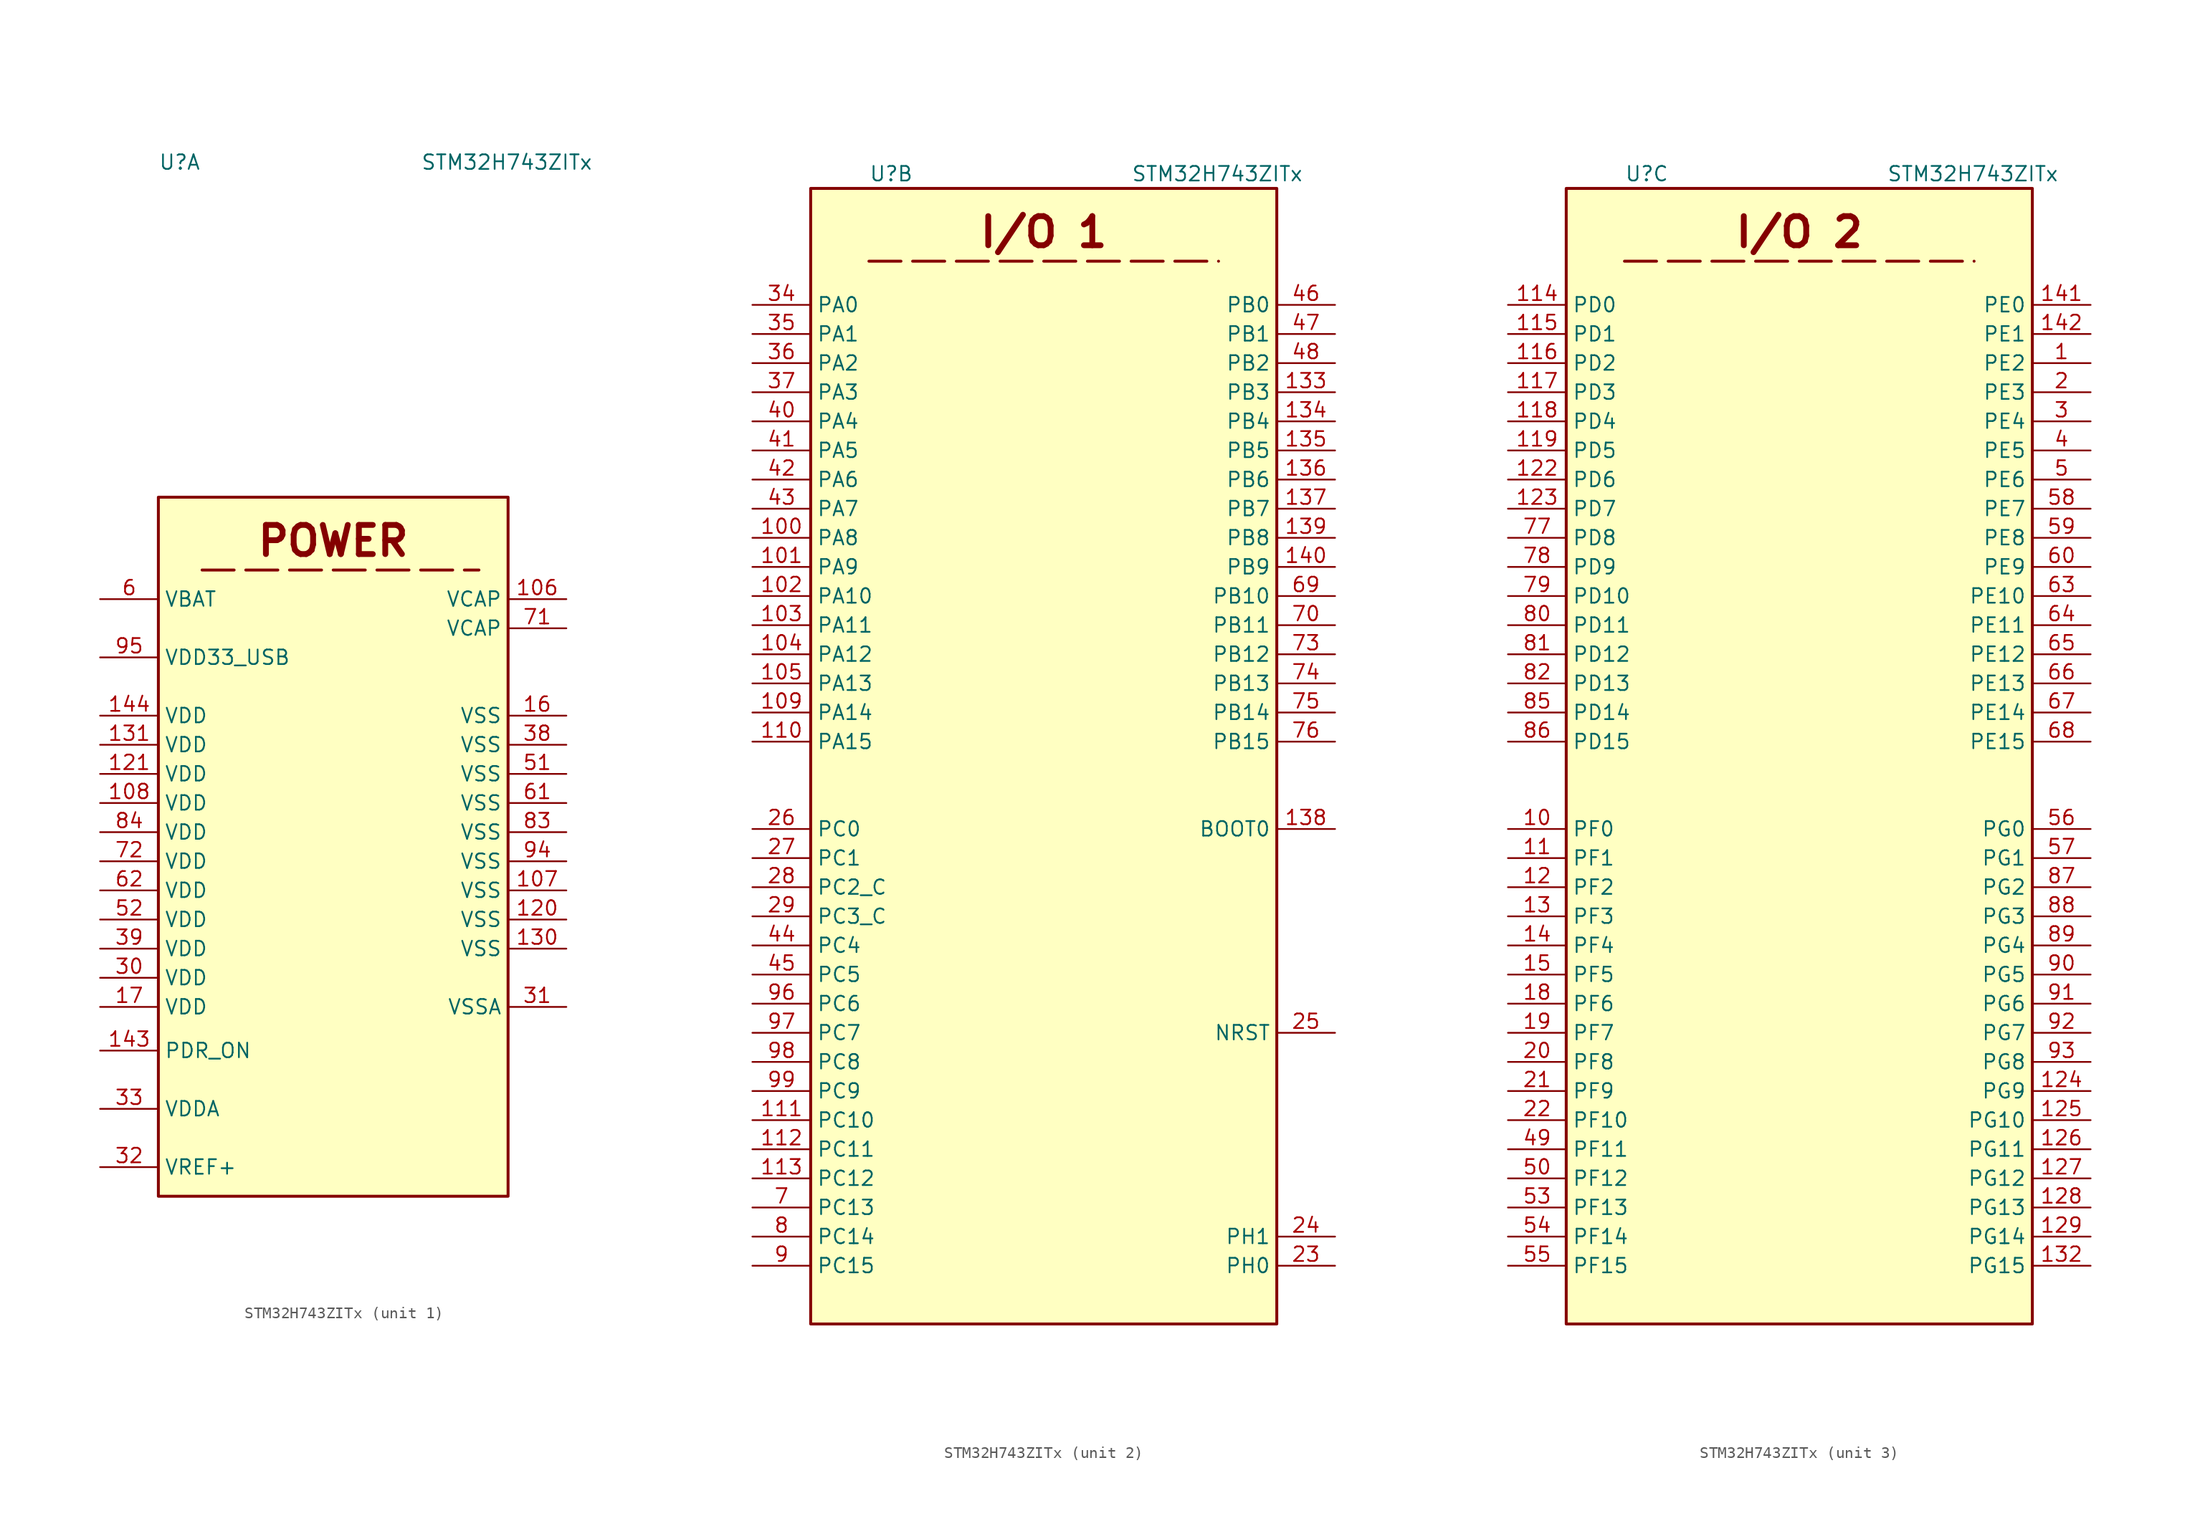
<source format=kicad_sym>
(kicad_symbol_lib
  (version 20241209)
  (generator "kicad_symbol_editor")
  (generator_version "9.0")
  (symbol "STM32H743ZITx"
    (property "Reference" "U"
      (at -15.24 90.17 0)
      (effects (font (size 1.27 1.27)) (justify left)))
    (property "Value" "STM32H743ZITx"
      (at 7.62 90.17 0)
      (effects (font (size 1.27 1.27)) (justify left)))
    (symbol "STM32H743ZITx_1_1"
      (rectangle (start -15.24 60.96) (end 15.24 0) (stroke (width 0.254) (type solid)) (fill (type background)))
      (polyline (pts (xy -11.43 54.61) (xy 12.7 54.61)) (stroke (width 0.254) (type dash)) (fill (type none)))
      (text "POWER" (at 0 57.15 0) (effects (font (size 2.54 2.54) (thickness 0.508) (bold yes))))
      (pin power_in line (at -20.32 52.07 0) (length 5.08) (name "VBAT" (effects (font (size 1.27 1.27)))) (number "6" (effects (font (size 1.27 1.27)))))
      (pin power_in line (at -20.32 46.99 0) (length 5.08) (name "VDD33_USB" (effects (font (size 1.27 1.27)))) (number "95" (effects (font (size 1.27 1.27)))))
      (pin power_in line (at -20.32 41.91 0) (length 5.08) (name "VDD" (effects (font (size 1.27 1.27)))) (number "144" (effects (font (size 1.27 1.27)))))
      (pin power_in line (at -20.32 39.37 0) (length 5.08) (name "VDD" (effects (font (size 1.27 1.27)))) (number "131" (effects (font (size 1.27 1.27)))))
      (pin power_in line (at -20.32 36.83 0) (length 5.08) (name "VDD" (effects (font (size 1.27 1.27)))) (number "121" (effects (font (size 1.27 1.27)))))
      (pin power_in line (at -20.32 34.29 0) (length 5.08) (name "VDD" (effects (font (size 1.27 1.27)))) (number "108" (effects (font (size 1.27 1.27)))))
      (pin power_in line (at -20.32 31.75 0) (length 5.08) (name "VDD" (effects (font (size 1.27 1.27)))) (number "84" (effects (font (size 1.27 1.27)))))
      (pin power_in line (at -20.32 29.21 0) (length 5.08) (name "VDD" (effects (font (size 1.27 1.27)))) (number "72" (effects (font (size 1.27 1.27)))))
      (pin power_in line (at -20.32 26.67 0) (length 5.08) (name "VDD" (effects (font (size 1.27 1.27)))) (number "62" (effects (font (size 1.27 1.27)))))
      (pin power_in line (at -20.32 24.13 0) (length 5.08) (name "VDD" (effects (font (size 1.27 1.27)))) (number "52" (effects (font (size 1.27 1.27)))))
      (pin power_in line (at -20.32 21.59 0) (length 5.08) (name "VDD" (effects (font (size 1.27 1.27)))) (number "39" (effects (font (size 1.27 1.27)))))
      (pin power_in line (at -20.32 19.05 0) (length 5.08) (name "VDD" (effects (font (size 1.27 1.27)))) (number "30" (effects (font (size 1.27 1.27)))))
      (pin power_in line (at -20.32 16.51 0) (length 5.08) (name "VDD" (effects (font (size 1.27 1.27)))) (number "17" (effects (font (size 1.27 1.27)))))
      (pin input line (at -20.32 12.7 0) (length 5.08) (name "PDR_ON" (effects (font (size 1.27 1.27)))) (number "143" (effects (font (size 1.27 1.27)))))
      (pin power_in line (at -20.32 7.62 0) (length 5.08) (name "VDDA" (effects (font (size 1.27 1.27)))) (number "33" (effects (font (size 1.27 1.27)))))
      (pin input line (at -20.32 2.54 0) (length 5.08) (name "VREF+" (effects (font (size 1.27 1.27)))) (number "32" (effects (font (size 1.27 1.27)))) (alternate "VREFBUF_OUT" bidirectional line))
      (pin power_out line (at 20.32 52.07 180) (length 5.08) (name "VCAP" (effects (font (size 1.27 1.27)))) (number "106" (effects (font (size 1.27 1.27)))))
      (pin power_out line (at 20.32 49.53 180) (length 5.08) (name "VCAP" (effects (font (size 1.27 1.27)))) (number "71" (effects (font (size 1.27 1.27)))))
      (pin power_in line (at 20.32 41.91 180) (length 5.08) (name "VSS" (effects (font (size 1.27 1.27)))) (number "16" (effects (font (size 1.27 1.27)))))
      (pin power_in line (at 20.32 39.37 180) (length 5.08) (name "VSS" (effects (font (size 1.27 1.27)))) (number "38" (effects (font (size 1.27 1.27)))))
      (pin power_in line (at 20.32 36.83 180) (length 5.08) (name "VSS" (effects (font (size 1.27 1.27)))) (number "51" (effects (font (size 1.27 1.27)))))
      (pin power_in line (at 20.32 34.29 180) (length 5.08) (name "VSS" (effects (font (size 1.27 1.27)))) (number "61" (effects (font (size 1.27 1.27)))))
      (pin power_in line (at 20.32 31.75 180) (length 5.08) (name "VSS" (effects (font (size 1.27 1.27)))) (number "83" (effects (font (size 1.27 1.27)))))
      (pin power_in line (at 20.32 29.21 180) (length 5.08) (name "VSS" (effects (font (size 1.27 1.27)))) (number "94" (effects (font (size 1.27 1.27)))))
      (pin power_in line (at 20.32 26.67 180) (length 5.08) (name "VSS" (effects (font (size 1.27 1.27)))) (number "107" (effects (font (size 1.27 1.27)))))
      (pin power_in line (at 20.32 24.13 180) (length 5.08) (name "VSS" (effects (font (size 1.27 1.27)))) (number "120" (effects (font (size 1.27 1.27)))))
      (pin power_in line (at 20.32 21.59 180) (length 5.08) (name "VSS" (effects (font (size 1.27 1.27)))) (number "130" (effects (font (size 1.27 1.27)))))
      (pin power_in line (at 20.32 16.51 180) (length 5.08) (name "VSSA" (effects (font (size 1.27 1.27)))) (number "31" (effects (font (size 1.27 1.27))))))
    (symbol "STM32H743ZITx_2_1"
      (rectangle (start -20.32 88.9) (end 20.32 -10.16) (stroke (width 0.254) (type solid)) (fill (type background)))
      (polyline (pts (xy -15.24 82.55) (xy 15.24 82.55)) (stroke (width 0.254) (type dash)) (fill (type none)))
      (text "I/O 1\n" (at 0 85.09 0) (effects (font (size 2.54 2.54) (thickness 0.508) (bold yes))))
      (pin bidirectional line (at -25.4 78.74 0) (length 5.08) (name "PA0" (effects (font (size 1.27 1.27)))) (number "34" (effects (font (size 1.27 1.27)))) (alternate "ADC1_INP16" bidirectional line) (alternate "ETH_CRS" bidirectional line) (alternate "PWR_WKUP1" bidirectional line) (alternate "SAI2_SD_B" bidirectional line) (alternate "SDMMC2_CMD" bidirectional line) (alternate "TIM15_BKIN" bidirectional line) (alternate "TIM2_CH1" bidirectional line) (alternate "TIM2_ETR" bidirectional line) (alternate "TIM5_CH1" bidirectional line) (alternate "TIM8_ETR" bidirectional line) (alternate "UART4_TX" bidirectional line) (alternate "USART2_CTS" bidirectional line) (alternate "USART2_NSS" bidirectional line))
      (pin bidirectional line (at -25.4 76.2 0) (length 5.08) (name "PA1" (effects (font (size 1.27 1.27)))) (number "35" (effects (font (size 1.27 1.27)))) (alternate "ADC1_INN16" bidirectional line) (alternate "ADC1_INP17" bidirectional line) (alternate "ETH_REF_CLK" bidirectional line) (alternate "ETH_RX_CLK" bidirectional line) (alternate "LPTIM3_OUT" bidirectional line) (alternate "LTDC_R2" bidirectional line) (alternate "QUADSPI_BK1_IO3" bidirectional line) (alternate "SAI2_MCLK_B" bidirectional line) (alternate "TIM15_CH1N" bidirectional line) (alternate "TIM2_CH2" bidirectional line) (alternate "TIM5_CH2" bidirectional line) (alternate "UART4_RX" bidirectional line) (alternate "USART2_DE" bidirectional line) (alternate "USART2_RTS" bidirectional line))
      (pin bidirectional line (at -25.4 73.66 0) (length 5.08) (name "PA2" (effects (font (size 1.27 1.27)))) (number "36" (effects (font (size 1.27 1.27)))) (alternate "ADC1_INP14" bidirectional line) (alternate "ADC2_INP14" bidirectional line) (alternate "ETH_MDIO" bidirectional line) (alternate "LPTIM4_OUT" bidirectional line) (alternate "LTDC_R1" bidirectional line) (alternate "MDIOS_MDIO" bidirectional line) (alternate "PWR_WKUP2" bidirectional line) (alternate "SAI2_SCK_B" bidirectional line) (alternate "TIM15_CH1" bidirectional line) (alternate "TIM2_CH3" bidirectional line) (alternate "TIM5_CH3" bidirectional line) (alternate "USART2_TX" bidirectional line))
      (pin bidirectional line (at -25.4 71.12 0) (length 5.08) (name "PA3" (effects (font (size 1.27 1.27)))) (number "37" (effects (font (size 1.27 1.27)))) (alternate "ADC1_INP15" bidirectional line) (alternate "ADC2_INP15" bidirectional line) (alternate "ETH_COL" bidirectional line) (alternate "LPTIM5_OUT" bidirectional line) (alternate "LTDC_B2" bidirectional line) (alternate "LTDC_B5" bidirectional line) (alternate "TIM15_CH2" bidirectional line) (alternate "TIM2_CH4" bidirectional line) (alternate "TIM5_CH4" bidirectional line) (alternate "USART2_RX" bidirectional line) (alternate "USB_OTG_HS_ULPI_D0" bidirectional line))
      (pin bidirectional line (at -25.4 68.58 0) (length 5.08) (name "PA4" (effects (font (size 1.27 1.27)))) (number "40" (effects (font (size 1.27 1.27)))) (alternate "ADC1_INP18" bidirectional line) (alternate "ADC2_INP18" bidirectional line) (alternate "DAC1_OUT1" bidirectional line) (alternate "DCMI_HSYNC" bidirectional line) (alternate "I2S1_WS" bidirectional line) (alternate "I2S3_WS" bidirectional line) (alternate "LTDC_VSYNC" bidirectional line) (alternate "SPI1_NSS" bidirectional line) (alternate "SPI3_NSS" bidirectional line) (alternate "SPI6_NSS" bidirectional line) (alternate "TIM5_ETR" bidirectional line) (alternate "USART2_CK" bidirectional line) (alternate "USB_OTG_HS_SOF" bidirectional line))
      (pin bidirectional line (at -25.4 66.04 0) (length 5.08) (name "PA5" (effects (font (size 1.27 1.27)))) (number "41" (effects (font (size 1.27 1.27)))) (alternate "ADC1_INN18" bidirectional line) (alternate "ADC1_INP19" bidirectional line) (alternate "ADC2_INN18" bidirectional line) (alternate "ADC2_INP19" bidirectional line) (alternate "DAC1_OUT2" bidirectional line) (alternate "I2S1_CK" bidirectional line) (alternate "LTDC_R4" bidirectional line) (alternate "PWR_NDSTOP2" bidirectional line) (alternate "SPI1_SCK" bidirectional line) (alternate "SPI6_SCK" bidirectional line) (alternate "TIM2_CH1" bidirectional line) (alternate "TIM2_ETR" bidirectional line) (alternate "TIM8_CH1N" bidirectional line) (alternate "USB_OTG_HS_ULPI_CK" bidirectional line))
      (pin bidirectional line (at -25.4 63.5 0) (length 5.08) (name "PA6" (effects (font (size 1.27 1.27)))) (number "42" (effects (font (size 1.27 1.27)))) (alternate "ADC1_INP3" bidirectional line) (alternate "ADC2_INP3" bidirectional line) (alternate "DCMI_PIXCLK" bidirectional line) (alternate "I2S1_SDI" bidirectional line) (alternate "LTDC_G2" bidirectional line) (alternate "MDIOS_MDC" bidirectional line) (alternate "SPI1_MISO" bidirectional line) (alternate "SPI6_MISO" bidirectional line) (alternate "TIM13_CH1" bidirectional line) (alternate "TIM1_BKIN" bidirectional line) (alternate "TIM1_BKIN_COMP1" bidirectional line) (alternate "TIM1_BKIN_COMP2" bidirectional line) (alternate "TIM3_CH1" bidirectional line) (alternate "TIM8_BKIN" bidirectional line) (alternate "TIM8_BKIN_COMP1" bidirectional line) (alternate "TIM8_BKIN_COMP2" bidirectional line))
      (pin bidirectional line (at -25.4 60.96 0) (length 5.08) (name "PA7" (effects (font (size 1.27 1.27)))) (number "43" (effects (font (size 1.27 1.27)))) (alternate "ADC1_INN3" bidirectional line) (alternate "ADC1_INP7" bidirectional line) (alternate "ADC2_INN3" bidirectional line) (alternate "ADC2_INP7" bidirectional line) (alternate "ETH_CRS_DV" bidirectional line) (alternate "ETH_RX_DV" bidirectional line) (alternate "FMC_SDNWE" bidirectional line) (alternate "I2S1_SDO" bidirectional line) (alternate "OPAMP1_VINM" bidirectional line) (alternate "OPAMP1_VINM1" bidirectional line) (alternate "SPI1_MOSI" bidirectional line) (alternate "SPI6_MOSI" bidirectional line) (alternate "TIM14_CH1" bidirectional line) (alternate "TIM1_CH1N" bidirectional line) (alternate "TIM3_CH2" bidirectional line) (alternate "TIM8_CH1N" bidirectional line))
      (pin bidirectional line (at -25.4 58.42 0) (length 5.08) (name "PA8" (effects (font (size 1.27 1.27)))) (number "100" (effects (font (size 1.27 1.27)))) (alternate "HRTIM_CHB2" bidirectional line) (alternate "I2C3_SCL" bidirectional line) (alternate "LTDC_B3" bidirectional line) (alternate "LTDC_R6" bidirectional line) (alternate "RCC_MCO_1" bidirectional line) (alternate "TIM1_CH1" bidirectional line) (alternate "TIM8_BKIN2" bidirectional line) (alternate "TIM8_BKIN2_COMP1" bidirectional line) (alternate "TIM8_BKIN2_COMP2" bidirectional line) (alternate "UART7_RX" bidirectional line) (alternate "USART1_CK" bidirectional line) (alternate "USB_OTG_FS_SOF" bidirectional line))
      (pin bidirectional line (at -25.4 55.88 0) (length 5.08) (name "PA9" (effects (font (size 1.27 1.27)))) (number "101" (effects (font (size 1.27 1.27)))) (alternate "DAC1_EXTI9" bidirectional line) (alternate "DCMI_D0" bidirectional line) (alternate "ETH_TX_ER" bidirectional line) (alternate "HRTIM_CHC1" bidirectional line) (alternate "I2C3_SMBA" bidirectional line) (alternate "I2S2_CK" bidirectional line) (alternate "LPUART1_TX" bidirectional line) (alternate "LTDC_R5" bidirectional line) (alternate "SPI2_SCK" bidirectional line) (alternate "TIM1_CH2" bidirectional line) (alternate "USART1_TX" bidirectional line) (alternate "USB_OTG_FS_VBUS" bidirectional line))
      (pin bidirectional line (at -25.4 53.34 0) (length 5.08) (name "PA10" (effects (font (size 1.27 1.27)))) (number "102" (effects (font (size 1.27 1.27)))) (alternate "DCMI_D1" bidirectional line) (alternate "HRTIM_CHC2" bidirectional line) (alternate "LPUART1_RX" bidirectional line) (alternate "LTDC_B1" bidirectional line) (alternate "LTDC_B4" bidirectional line) (alternate "MDIOS_MDIO" bidirectional line) (alternate "TIM1_CH3" bidirectional line) (alternate "USART1_RX" bidirectional line) (alternate "USB_OTG_FS_ID" bidirectional line))
      (pin bidirectional line (at -25.4 50.8 0) (length 5.08) (name "PA11" (effects (font (size 1.27 1.27)))) (number "103" (effects (font (size 1.27 1.27)))) (alternate "ADC1_EXTI11" bidirectional line) (alternate "ADC2_EXTI11" bidirectional line) (alternate "ADC3_EXTI11" bidirectional line) (alternate "FDCAN1_RX" bidirectional line) (alternate "HRTIM_CHD1" bidirectional line) (alternate "I2S2_WS" bidirectional line) (alternate "LPUART1_CTS" bidirectional line) (alternate "LTDC_R4" bidirectional line) (alternate "SPI2_NSS" bidirectional line) (alternate "TIM1_CH4" bidirectional line) (alternate "UART4_RX" bidirectional line) (alternate "USART1_CTS" bidirectional line) (alternate "USART1_NSS" bidirectional line) (alternate "USB_OTG_FS_DM" bidirectional line))
      (pin bidirectional line (at -25.4 48.26 0) (length 5.08) (name "PA12" (effects (font (size 1.27 1.27)))) (number "104" (effects (font (size 1.27 1.27)))) (alternate "FDCAN1_TX" bidirectional line) (alternate "HRTIM_CHD2" bidirectional line) (alternate "I2S2_CK" bidirectional line) (alternate "LPUART1_DE" bidirectional line) (alternate "LPUART1_RTS" bidirectional line) (alternate "LTDC_R5" bidirectional line) (alternate "SAI2_FS_B" bidirectional line) (alternate "SPI2_SCK" bidirectional line) (alternate "TIM1_ETR" bidirectional line) (alternate "UART4_TX" bidirectional line) (alternate "USART1_DE" bidirectional line) (alternate "USART1_RTS" bidirectional line) (alternate "USB_OTG_FS_DP" bidirectional line))
      (pin bidirectional line (at -25.4 45.72 0) (length 5.08) (name "PA13" (effects (font (size 1.27 1.27)))) (number "105" (effects (font (size 1.27 1.27)))) (alternate "DEBUG_JTMS-SWDIO" bidirectional line))
      (pin bidirectional line (at -25.4 43.18 0) (length 5.08) (name "PA14" (effects (font (size 1.27 1.27)))) (number "109" (effects (font (size 1.27 1.27)))) (alternate "DEBUG_JTCK-SWCLK" bidirectional line))
      (pin bidirectional line (at -25.4 40.64 0) (length 5.08) (name "PA15" (effects (font (size 1.27 1.27)))) (number "110" (effects (font (size 1.27 1.27)))) (alternate "ADC1_EXTI15" bidirectional line) (alternate "ADC2_EXTI15" bidirectional line) (alternate "ADC3_EXTI15" bidirectional line) (alternate "CEC" bidirectional line) (alternate "DEBUG_JTDI" bidirectional line) (alternate "HRTIM_FLT1" bidirectional line) (alternate "I2S1_WS" bidirectional line) (alternate "I2S3_WS" bidirectional line) (alternate "SPI1_NSS" bidirectional line) (alternate "SPI3_NSS" bidirectional line) (alternate "SPI6_NSS" bidirectional line) (alternate "TIM2_CH1" bidirectional line) (alternate "TIM2_ETR" bidirectional line) (alternate "UART4_DE" bidirectional line) (alternate "UART4_RTS" bidirectional line) (alternate "UART7_TX" bidirectional line))
      (pin bidirectional line (at -25.4 33.02 0) (length 5.08) (name "PC0" (effects (font (size 1.27 1.27)))) (number "26" (effects (font (size 1.27 1.27)))) (alternate "ADC1_INP10" bidirectional line) (alternate "ADC2_INP10" bidirectional line) (alternate "ADC3_INP10" bidirectional line) (alternate "DFSDM1_CKIN0" bidirectional line) (alternate "DFSDM1_DATIN4" bidirectional line) (alternate "FMC_SDNWE" bidirectional line) (alternate "LTDC_R5" bidirectional line) (alternate "SAI2_FS_B" bidirectional line) (alternate "USB_OTG_HS_ULPI_STP" bidirectional line))
      (pin bidirectional line (at -25.4 30.48 0) (length 5.08) (name "PC1" (effects (font (size 1.27 1.27)))) (number "27" (effects (font (size 1.27 1.27)))) (alternate "ADC1_INN10" bidirectional line) (alternate "ADC1_INP11" bidirectional line) (alternate "ADC2_INN10" bidirectional line) (alternate "ADC2_INP11" bidirectional line) (alternate "ADC3_INN10" bidirectional line) (alternate "ADC3_INP11" bidirectional line) (alternate "DEBUG_TRACED0" bidirectional line) (alternate "DFSDM1_CKIN4" bidirectional line) (alternate "DFSDM1_DATIN0" bidirectional line) (alternate "ETH_MDC" bidirectional line) (alternate "I2S2_SDO" bidirectional line) (alternate "MDIOS_MDC" bidirectional line) (alternate "PWR_WKUP6" bidirectional line) (alternate "RTC_TAMP3" bidirectional line) (alternate "SAI1_D1" bidirectional line) (alternate "SAI1_SD_A" bidirectional line) (alternate "SAI4_D1" bidirectional line) (alternate "SAI4_SD_A" bidirectional line) (alternate "SDMMC2_CK" bidirectional line) (alternate "SPI2_MOSI" bidirectional line))
      (pin bidirectional line (at -25.4 27.94 0) (length 5.08) (name "PC2_C" (effects (font (size 1.27 1.27)))) (number "28" (effects (font (size 1.27 1.27)))) (alternate "ADC3_INN1" bidirectional line) (alternate "ADC3_INP0" bidirectional line) (alternate "DFSDM1_CKIN1" bidirectional line) (alternate "DFSDM1_CKOUT" bidirectional line) (alternate "ETH_TXD2" bidirectional line) (alternate "FMC_SDNE0" bidirectional line) (alternate "I2S2_SDI" bidirectional line) (alternate "PWR_CSTOP" bidirectional line) (alternate "SPI2_MISO" bidirectional line) (alternate "USB_OTG_HS_ULPI_DIR" bidirectional line))
      (pin bidirectional line (at -25.4 25.4 0) (length 5.08) (name "PC3_C" (effects (font (size 1.27 1.27)))) (number "29" (effects (font (size 1.27 1.27)))) (alternate "ADC3_INP1" bidirectional line) (alternate "DFSDM1_DATIN1" bidirectional line) (alternate "ETH_TX_CLK" bidirectional line) (alternate "FMC_SDCKE0" bidirectional line) (alternate "I2S2_SDO" bidirectional line) (alternate "PWR_CSLEEP" bidirectional line) (alternate "SPI2_MOSI" bidirectional line) (alternate "USB_OTG_HS_ULPI_NXT" bidirectional line))
      (pin bidirectional line (at -25.4 22.86 0) (length 5.08) (name "PC4" (effects (font (size 1.27 1.27)))) (number "44" (effects (font (size 1.27 1.27)))) (alternate "ADC1_INP4" bidirectional line) (alternate "ADC2_INP4" bidirectional line) (alternate "COMP1_INM" bidirectional line) (alternate "DFSDM1_CKIN2" bidirectional line) (alternate "ETH_RXD0" bidirectional line) (alternate "FMC_SDNE0" bidirectional line) (alternate "I2S1_MCK" bidirectional line) (alternate "OPAMP1_VOUT" bidirectional line) (alternate "SPDIFRX1_IN2" bidirectional line))
      (pin bidirectional line (at -25.4 20.32 0) (length 5.08) (name "PC5" (effects (font (size 1.27 1.27)))) (number "45" (effects (font (size 1.27 1.27)))) (alternate "ADC1_INN4" bidirectional line) (alternate "ADC1_INP8" bidirectional line) (alternate "ADC2_INN4" bidirectional line) (alternate "ADC2_INP8" bidirectional line) (alternate "COMP1_OUT" bidirectional line) (alternate "DFSDM1_DATIN2" bidirectional line) (alternate "ETH_RXD1" bidirectional line) (alternate "FMC_SDCKE0" bidirectional line) (alternate "OPAMP1_VINM" bidirectional line) (alternate "OPAMP1_VINM0" bidirectional line) (alternate "SAI1_D3" bidirectional line) (alternate "SAI4_D3" bidirectional line) (alternate "SPDIFRX1_IN3" bidirectional line))
      (pin bidirectional line (at -25.4 17.78 0) (length 5.08) (name "PC6" (effects (font (size 1.27 1.27)))) (number "96" (effects (font (size 1.27 1.27)))) (alternate "DCMI_D0" bidirectional line) (alternate "DFSDM1_CKIN3" bidirectional line) (alternate "FMC_NWAIT" bidirectional line) (alternate "HRTIM_CHA1" bidirectional line) (alternate "I2S2_MCK" bidirectional line) (alternate "LTDC_HSYNC" bidirectional line) (alternate "SDMMC1_D0DIR" bidirectional line) (alternate "SDMMC1_D6" bidirectional line) (alternate "SDMMC2_D6" bidirectional line) (alternate "SWPMI1_IO" bidirectional line) (alternate "TIM3_CH1" bidirectional line) (alternate "TIM8_CH1" bidirectional line) (alternate "USART6_TX" bidirectional line))
      (pin bidirectional line (at -25.4 15.24 0) (length 5.08) (name "PC7" (effects (font (size 1.27 1.27)))) (number "97" (effects (font (size 1.27 1.27)))) (alternate "DCMI_D1" bidirectional line) (alternate "DEBUG_TRGIO" bidirectional line) (alternate "DFSDM1_DATIN3" bidirectional line) (alternate "FMC_NE1" bidirectional line) (alternate "HRTIM_CHA2" bidirectional line) (alternate "I2S3_MCK" bidirectional line) (alternate "LTDC_G6" bidirectional line) (alternate "SDMMC1_D123DIR" bidirectional line) (alternate "SDMMC1_D7" bidirectional line) (alternate "SDMMC2_D7" bidirectional line) (alternate "SWPMI1_TX" bidirectional line) (alternate "TIM3_CH2" bidirectional line) (alternate "TIM8_CH2" bidirectional line) (alternate "USART6_RX" bidirectional line))
      (pin bidirectional line (at -25.4 12.7 0) (length 5.08) (name "PC8" (effects (font (size 1.27 1.27)))) (number "98" (effects (font (size 1.27 1.27)))) (alternate "DCMI_D2" bidirectional line) (alternate "DEBUG_TRACED1" bidirectional line) (alternate "FMC_NCE" bidirectional line) (alternate "FMC_NE2" bidirectional line) (alternate "HRTIM_CHB1" bidirectional line) (alternate "SDMMC1_D0" bidirectional line) (alternate "SWPMI1_RX" bidirectional line) (alternate "TIM3_CH3" bidirectional line) (alternate "TIM8_CH3" bidirectional line) (alternate "UART5_DE" bidirectional line) (alternate "UART5_RTS" bidirectional line) (alternate "USART6_CK" bidirectional line))
      (pin bidirectional line (at -25.4 10.16 0) (length 5.08) (name "PC9" (effects (font (size 1.27 1.27)))) (number "99" (effects (font (size 1.27 1.27)))) (alternate "DAC1_EXTI9" bidirectional line) (alternate "DCMI_D3" bidirectional line) (alternate "I2C3_SDA" bidirectional line) (alternate "I2S_CKIN" bidirectional line) (alternate "LTDC_B2" bidirectional line) (alternate "LTDC_G3" bidirectional line) (alternate "QUADSPI_BK1_IO0" bidirectional line) (alternate "RCC_MCO_2" bidirectional line) (alternate "SDMMC1_D1" bidirectional line) (alternate "SWPMI1_SUSPEND" bidirectional line) (alternate "TIM3_CH4" bidirectional line) (alternate "TIM8_CH4" bidirectional line) (alternate "UART5_CTS" bidirectional line))
      (pin bidirectional line (at -25.4 7.62 0) (length 5.08) (name "PC10" (effects (font (size 1.27 1.27)))) (number "111" (effects (font (size 1.27 1.27)))) (alternate "DCMI_D8" bidirectional line) (alternate "DFSDM1_CKIN5" bidirectional line) (alternate "HRTIM_EEV1" bidirectional line) (alternate "I2S3_CK" bidirectional line) (alternate "LTDC_R2" bidirectional line) (alternate "QUADSPI_BK1_IO1" bidirectional line) (alternate "SDMMC1_D2" bidirectional line) (alternate "SPI3_SCK" bidirectional line) (alternate "UART4_TX" bidirectional line) (alternate "USART3_TX" bidirectional line))
      (pin bidirectional line (at -25.4 5.08 0) (length 5.08) (name "PC11" (effects (font (size 1.27 1.27)))) (number "112" (effects (font (size 1.27 1.27)))) (alternate "ADC1_EXTI11" bidirectional line) (alternate "ADC2_EXTI11" bidirectional line) (alternate "ADC3_EXTI11" bidirectional line) (alternate "DCMI_D4" bidirectional line) (alternate "DFSDM1_DATIN5" bidirectional line) (alternate "HRTIM_FLT2" bidirectional line) (alternate "I2S3_SDI" bidirectional line) (alternate "QUADSPI_BK2_NCS" bidirectional line) (alternate "SDMMC1_D3" bidirectional line) (alternate "SPI3_MISO" bidirectional line) (alternate "UART4_RX" bidirectional line) (alternate "USART3_RX" bidirectional line))
      (pin bidirectional line (at -25.4 2.54 0) (length 5.08) (name "PC12" (effects (font (size 1.27 1.27)))) (number "113" (effects (font (size 1.27 1.27)))) (alternate "DCMI_D9" bidirectional line) (alternate "DEBUG_TRACED3" bidirectional line) (alternate "HRTIM_EEV2" bidirectional line) (alternate "I2S3_SDO" bidirectional line) (alternate "SDMMC1_CK" bidirectional line) (alternate "SPI3_MOSI" bidirectional line) (alternate "UART5_TX" bidirectional line) (alternate "USART3_CK" bidirectional line))
      (pin bidirectional line (at -25.4 0 0) (length 5.08) (name "PC13" (effects (font (size 1.27 1.27)))) (number "7" (effects (font (size 1.27 1.27)))) (alternate "PWR_WKUP4" bidirectional line) (alternate "RTC_OUT_ALARM" bidirectional line) (alternate "RTC_OUT_CALIB" bidirectional line) (alternate "RTC_TAMP1" bidirectional line) (alternate "RTC_TS" bidirectional line))
      (pin bidirectional line (at -25.4 -2.54 0) (length 5.08) (name "PC14" (effects (font (size 1.27 1.27)))) (number "8" (effects (font (size 1.27 1.27)))) (alternate "RCC_OSC32_IN" bidirectional line))
      (pin bidirectional line (at -25.4 -5.08 0) (length 5.08) (name "PC15" (effects (font (size 1.27 1.27)))) (number "9" (effects (font (size 1.27 1.27)))) (alternate "ADC1_EXTI15" bidirectional line) (alternate "ADC2_EXTI15" bidirectional line) (alternate "ADC3_EXTI15" bidirectional line) (alternate "RCC_OSC32_OUT" bidirectional line))
      (pin bidirectional line (at 25.4 78.74 180) (length 5.08) (name "PB0" (effects (font (size 1.27 1.27)))) (number "46" (effects (font (size 1.27 1.27)))) (alternate "ADC1_INN5" bidirectional line) (alternate "ADC1_INP9" bidirectional line) (alternate "ADC2_INN5" bidirectional line) (alternate "ADC2_INP9" bidirectional line) (alternate "COMP1_INP" bidirectional line) (alternate "DFSDM1_CKOUT" bidirectional line) (alternate "ETH_RXD2" bidirectional line) (alternate "LTDC_G1" bidirectional line) (alternate "LTDC_R3" bidirectional line) (alternate "OPAMP1_VINP" bidirectional line) (alternate "TIM1_CH2N" bidirectional line) (alternate "TIM3_CH3" bidirectional line) (alternate "TIM8_CH2N" bidirectional line) (alternate "UART4_CTS" bidirectional line) (alternate "USB_OTG_HS_ULPI_D1" bidirectional line))
      (pin bidirectional line (at 25.4 76.2 180) (length 5.08) (name "PB1" (effects (font (size 1.27 1.27)))) (number "47" (effects (font (size 1.27 1.27)))) (alternate "ADC1_INP5" bidirectional line) (alternate "ADC2_INP5" bidirectional line) (alternate "COMP1_INM" bidirectional line) (alternate "DFSDM1_DATIN1" bidirectional line) (alternate "ETH_RXD3" bidirectional line) (alternate "LTDC_G0" bidirectional line) (alternate "LTDC_R6" bidirectional line) (alternate "TIM1_CH3N" bidirectional line) (alternate "TIM3_CH4" bidirectional line) (alternate "TIM8_CH3N" bidirectional line) (alternate "USB_OTG_HS_ULPI_D2" bidirectional line))
      (pin bidirectional line (at 25.4 73.66 180) (length 5.08) (name "PB2" (effects (font (size 1.27 1.27)))) (number "48" (effects (font (size 1.27 1.27)))) (alternate "COMP1_INP" bidirectional line) (alternate "DFSDM1_CKIN1" bidirectional line) (alternate "ETH_TX_ER" bidirectional line) (alternate "I2S3_SDO" bidirectional line) (alternate "QUADSPI_CLK" bidirectional line) (alternate "RTC_OUT_ALARM" bidirectional line) (alternate "RTC_OUT_CALIB" bidirectional line) (alternate "SAI1_D1" bidirectional line) (alternate "SAI1_SD_A" bidirectional line) (alternate "SAI4_D1" bidirectional line) (alternate "SAI4_SD_A" bidirectional line) (alternate "SPI3_MOSI" bidirectional line))
      (pin bidirectional line (at 25.4 71.12 180) (length 5.08) (name "PB3" (effects (font (size 1.27 1.27)))) (number "133" (effects (font (size 1.27 1.27)))) (alternate "CRS_SYNC" bidirectional line) (alternate "DEBUG_JTDO-SWO" bidirectional line) (alternate "HRTIM_FLT4" bidirectional line) (alternate "I2S1_CK" bidirectional line) (alternate "I2S3_CK" bidirectional line) (alternate "SDMMC2_D2" bidirectional line) (alternate "SPI1_SCK" bidirectional line) (alternate "SPI3_SCK" bidirectional line) (alternate "SPI6_SCK" bidirectional line) (alternate "TIM2_CH2" bidirectional line) (alternate "UART7_RX" bidirectional line))
      (pin bidirectional line (at 25.4 68.58 180) (length 5.08) (name "PB4" (effects (font (size 1.27 1.27)))) (number "134" (effects (font (size 1.27 1.27)))) (alternate "DEBUG_JTRST" bidirectional line) (alternate "HRTIM_EEV6" bidirectional line) (alternate "I2S1_SDI" bidirectional line) (alternate "I2S2_WS" bidirectional line) (alternate "I2S3_SDI" bidirectional line) (alternate "SDMMC2_D3" bidirectional line) (alternate "SPI1_MISO" bidirectional line) (alternate "SPI2_NSS" bidirectional line) (alternate "SPI3_MISO" bidirectional line) (alternate "SPI6_MISO" bidirectional line) (alternate "TIM16_BKIN" bidirectional line) (alternate "TIM3_CH1" bidirectional line) (alternate "UART7_TX" bidirectional line))
      (pin bidirectional line (at 25.4 66.04 180) (length 5.08) (name "PB5" (effects (font (size 1.27 1.27)))) (number "135" (effects (font (size 1.27 1.27)))) (alternate "DCMI_D10" bidirectional line) (alternate "ETH_PPS_OUT" bidirectional line) (alternate "FDCAN2_RX" bidirectional line) (alternate "FMC_SDCKE1" bidirectional line) (alternate "HRTIM_EEV7" bidirectional line) (alternate "I2C1_SMBA" bidirectional line) (alternate "I2C4_SMBA" bidirectional line) (alternate "I2S1_SDO" bidirectional line) (alternate "I2S3_SDO" bidirectional line) (alternate "SPI1_MOSI" bidirectional line) (alternate "SPI3_MOSI" bidirectional line) (alternate "SPI6_MOSI" bidirectional line) (alternate "TIM17_BKIN" bidirectional line) (alternate "TIM3_CH2" bidirectional line) (alternate "UART5_RX" bidirectional line) (alternate "USB_OTG_HS_ULPI_D7" bidirectional line))
      (pin bidirectional line (at 25.4 63.5 180) (length 5.08) (name "PB6" (effects (font (size 1.27 1.27)))) (number "136" (effects (font (size 1.27 1.27)))) (alternate "CEC" bidirectional line) (alternate "DCMI_D5" bidirectional line) (alternate "DFSDM1_DATIN5" bidirectional line) (alternate "FDCAN2_TX" bidirectional line) (alternate "FMC_SDNE1" bidirectional line) (alternate "HRTIM_EEV8" bidirectional line) (alternate "I2C1_SCL" bidirectional line) (alternate "I2C4_SCL" bidirectional line) (alternate "LPUART1_TX" bidirectional line) (alternate "QUADSPI_BK1_NCS" bidirectional line) (alternate "TIM16_CH1N" bidirectional line) (alternate "TIM4_CH1" bidirectional line) (alternate "UART5_TX" bidirectional line) (alternate "USART1_TX" bidirectional line))
      (pin bidirectional line (at 25.4 60.96 180) (length 5.08) (name "PB7" (effects (font (size 1.27 1.27)))) (number "137" (effects (font (size 1.27 1.27)))) (alternate "DCMI_VSYNC" bidirectional line) (alternate "DFSDM1_CKIN5" bidirectional line) (alternate "FMC_NL" bidirectional line) (alternate "HRTIM_EEV9" bidirectional line) (alternate "I2C1_SDA" bidirectional line) (alternate "I2C4_SDA" bidirectional line) (alternate "LPUART1_RX" bidirectional line) (alternate "PWR_PVD_IN" bidirectional line) (alternate "TIM17_CH1N" bidirectional line) (alternate "TIM4_CH2" bidirectional line) (alternate "USART1_RX" bidirectional line))
      (pin bidirectional line (at 25.4 58.42 180) (length 5.08) (name "PB8" (effects (font (size 1.27 1.27)))) (number "139" (effects (font (size 1.27 1.27)))) (alternate "DCMI_D6" bidirectional line) (alternate "DFSDM1_CKIN7" bidirectional line) (alternate "ETH_TXD3" bidirectional line) (alternate "FDCAN1_RX" bidirectional line) (alternate "I2C1_SCL" bidirectional line) (alternate "I2C4_SCL" bidirectional line) (alternate "LTDC_B6" bidirectional line) (alternate "SDMMC1_CKIN" bidirectional line) (alternate "SDMMC1_D4" bidirectional line) (alternate "SDMMC2_D4" bidirectional line) (alternate "TIM16_CH1" bidirectional line) (alternate "TIM4_CH3" bidirectional line) (alternate "UART4_RX" bidirectional line))
      (pin bidirectional line (at 25.4 55.88 180) (length 5.08) (name "PB9" (effects (font (size 1.27 1.27)))) (number "140" (effects (font (size 1.27 1.27)))) (alternate "DAC1_EXTI9" bidirectional line) (alternate "DCMI_D7" bidirectional line) (alternate "DFSDM1_DATIN7" bidirectional line) (alternate "FDCAN1_TX" bidirectional line) (alternate "I2C1_SDA" bidirectional line) (alternate "I2C4_SDA" bidirectional line) (alternate "I2C4_SMBA" bidirectional line) (alternate "I2S2_WS" bidirectional line) (alternate "LTDC_B7" bidirectional line) (alternate "SDMMC1_CDIR" bidirectional line) (alternate "SDMMC1_D5" bidirectional line) (alternate "SDMMC2_D5" bidirectional line) (alternate "SPI2_NSS" bidirectional line) (alternate "TIM17_CH1" bidirectional line) (alternate "TIM4_CH4" bidirectional line) (alternate "UART4_TX" bidirectional line))
      (pin bidirectional line (at 25.4 53.34 180) (length 5.08) (name "PB10" (effects (font (size 1.27 1.27)))) (number "69" (effects (font (size 1.27 1.27)))) (alternate "DFSDM1_DATIN7" bidirectional line) (alternate "ETH_RX_ER" bidirectional line) (alternate "HRTIM_SCOUT" bidirectional line) (alternate "I2C2_SCL" bidirectional line) (alternate "I2S2_CK" bidirectional line) (alternate "LPTIM2_IN1" bidirectional line) (alternate "LTDC_G4" bidirectional line) (alternate "QUADSPI_BK1_NCS" bidirectional line) (alternate "SPI2_SCK" bidirectional line) (alternate "TIM2_CH3" bidirectional line) (alternate "USART3_TX" bidirectional line) (alternate "USB_OTG_HS_ULPI_D3" bidirectional line))
      (pin bidirectional line (at 25.4 50.8 180) (length 5.08) (name "PB11" (effects (font (size 1.27 1.27)))) (number "70" (effects (font (size 1.27 1.27)))) (alternate "ADC1_EXTI11" bidirectional line) (alternate "ADC2_EXTI11" bidirectional line) (alternate "ADC3_EXTI11" bidirectional line) (alternate "DFSDM1_CKIN7" bidirectional line) (alternate "ETH_TX_EN" bidirectional line) (alternate "HRTIM_SCIN" bidirectional line) (alternate "I2C2_SDA" bidirectional line) (alternate "LPTIM2_ETR" bidirectional line) (alternate "LTDC_G5" bidirectional line) (alternate "TIM2_CH4" bidirectional line) (alternate "USART3_RX" bidirectional line) (alternate "USB_OTG_HS_ULPI_D4" bidirectional line))
      (pin bidirectional line (at 25.4 48.26 180) (length 5.08) (name "PB12" (effects (font (size 1.27 1.27)))) (number "73" (effects (font (size 1.27 1.27)))) (alternate "DFSDM1_DATIN1" bidirectional line) (alternate "ETH_TXD0" bidirectional line) (alternate "FDCAN2_RX" bidirectional line) (alternate "I2C2_SMBA" bidirectional line) (alternate "I2S2_WS" bidirectional line) (alternate "SPI2_NSS" bidirectional line) (alternate "TIM1_BKIN" bidirectional line) (alternate "TIM1_BKIN_COMP1" bidirectional line) (alternate "TIM1_BKIN_COMP2" bidirectional line) (alternate "UART5_RX" bidirectional line) (alternate "USART3_CK" bidirectional line) (alternate "USB_OTG_HS_ID" bidirectional line) (alternate "USB_OTG_HS_ULPI_D5" bidirectional line))
      (pin bidirectional line (at 25.4 45.72 180) (length 5.08) (name "PB13" (effects (font (size 1.27 1.27)))) (number "74" (effects (font (size 1.27 1.27)))) (alternate "DFSDM1_CKIN1" bidirectional line) (alternate "ETH_TXD1" bidirectional line) (alternate "FDCAN2_TX" bidirectional line) (alternate "I2S2_CK" bidirectional line) (alternate "LPTIM2_OUT" bidirectional line) (alternate "SPI2_SCK" bidirectional line) (alternate "TIM1_CH1N" bidirectional line) (alternate "UART5_TX" bidirectional line) (alternate "USART3_CTS" bidirectional line) (alternate "USART3_NSS" bidirectional line) (alternate "USB_OTG_HS_ULPI_D6" bidirectional line) (alternate "USB_OTG_HS_VBUS" bidirectional line))
      (pin bidirectional line (at 25.4 43.18 180) (length 5.08) (name "PB14" (effects (font (size 1.27 1.27)))) (number "75" (effects (font (size 1.27 1.27)))) (alternate "DFSDM1_DATIN2" bidirectional line) (alternate "I2S2_SDI" bidirectional line) (alternate "SDMMC2_D0" bidirectional line) (alternate "SPI2_MISO" bidirectional line) (alternate "TIM12_CH1" bidirectional line) (alternate "TIM1_CH2N" bidirectional line) (alternate "TIM8_CH2N" bidirectional line) (alternate "UART4_DE" bidirectional line) (alternate "UART4_RTS" bidirectional line) (alternate "USART1_TX" bidirectional line) (alternate "USART3_DE" bidirectional line) (alternate "USART3_RTS" bidirectional line) (alternate "USB_OTG_HS_DM" bidirectional line))
      (pin bidirectional line (at 25.4 40.64 180) (length 5.08) (name "PB15" (effects (font (size 1.27 1.27)))) (number "76" (effects (font (size 1.27 1.27)))) (alternate "ADC1_EXTI15" bidirectional line) (alternate "ADC2_EXTI15" bidirectional line) (alternate "ADC3_EXTI15" bidirectional line) (alternate "DFSDM1_CKIN2" bidirectional line) (alternate "I2S2_SDO" bidirectional line) (alternate "RTC_REFIN" bidirectional line) (alternate "SDMMC2_D1" bidirectional line) (alternate "SPI2_MOSI" bidirectional line) (alternate "TIM12_CH2" bidirectional line) (alternate "TIM1_CH3N" bidirectional line) (alternate "TIM8_CH3N" bidirectional line) (alternate "UART4_CTS" bidirectional line) (alternate "USART1_RX" bidirectional line) (alternate "USB_OTG_HS_DP" bidirectional line))
      (pin input line (at 25.4 33.02 180) (length 5.08) (name "BOOT0" (effects (font (size 1.27 1.27)))) (number "138" (effects (font (size 1.27 1.27)))))
      (pin input line (at 25.4 15.24 180) (length 5.08) (name "NRST" (effects (font (size 1.27 1.27)))) (number "25" (effects (font (size 1.27 1.27)))))
      (pin bidirectional line (at 25.4 -2.54 180) (length 5.08) (name "PH1" (effects (font (size 1.27 1.27)))) (number "24" (effects (font (size 1.27 1.27)))) (alternate "RCC_OSC_OUT" bidirectional line))
      (pin bidirectional line (at 25.4 -5.08 180) (length 5.08) (name "PH0" (effects (font (size 1.27 1.27)))) (number "23" (effects (font (size 1.27 1.27)))) (alternate "RCC_OSC_IN" bidirectional line)))
    (symbol "STM32H743ZITx_3_1"
      (rectangle (start -20.32 88.9) (end 20.32 -10.16) (stroke (width 0.254) (type solid)) (fill (type background)))
      (polyline (pts (xy -15.24 82.55) (xy 15.24 82.55)) (stroke (width 0.254) (type dash)) (fill (type none)))
      (text "I/O 2\n" (at 0 85.09 0) (effects (font (size 2.54 2.54) (thickness 0.508) (bold yes))))
      (pin bidirectional line (at -25.4 78.74 0) (length 5.08) (name "PD0" (effects (font (size 1.27 1.27)))) (number "114" (effects (font (size 1.27 1.27)))) (alternate "DFSDM1_CKIN6" bidirectional line) (alternate "FDCAN1_RX" bidirectional line) (alternate "FMC_D2" bidirectional line) (alternate "FMC_DA2" bidirectional line) (alternate "SAI3_SCK_A" bidirectional line) (alternate "UART4_RX" bidirectional line))
      (pin bidirectional line (at -25.4 76.2 0) (length 5.08) (name "PD1" (effects (font (size 1.27 1.27)))) (number "115" (effects (font (size 1.27 1.27)))) (alternate "DFSDM1_DATIN6" bidirectional line) (alternate "FDCAN1_TX" bidirectional line) (alternate "FMC_D3" bidirectional line) (alternate "FMC_DA3" bidirectional line) (alternate "SAI3_SD_A" bidirectional line) (alternate "UART4_TX" bidirectional line))
      (pin bidirectional line (at -25.4 73.66 0) (length 5.08) (name "PD2" (effects (font (size 1.27 1.27)))) (number "116" (effects (font (size 1.27 1.27)))) (alternate "DCMI_D11" bidirectional line) (alternate "DEBUG_TRACED2" bidirectional line) (alternate "SDMMC1_CMD" bidirectional line) (alternate "TIM3_ETR" bidirectional line) (alternate "UART5_RX" bidirectional line))
      (pin bidirectional line (at -25.4 71.12 0) (length 5.08) (name "PD3" (effects (font (size 1.27 1.27)))) (number "117" (effects (font (size 1.27 1.27)))) (alternate "DCMI_D5" bidirectional line) (alternate "DFSDM1_CKOUT" bidirectional line) (alternate "FMC_CLK" bidirectional line) (alternate "I2S2_CK" bidirectional line) (alternate "LTDC_G7" bidirectional line) (alternate "SPI2_SCK" bidirectional line) (alternate "USART2_CTS" bidirectional line) (alternate "USART2_NSS" bidirectional line))
      (pin bidirectional line (at -25.4 68.58 0) (length 5.08) (name "PD4" (effects (font (size 1.27 1.27)))) (number "118" (effects (font (size 1.27 1.27)))) (alternate "FMC_NOE" bidirectional line) (alternate "HRTIM_FLT3" bidirectional line) (alternate "SAI3_FS_A" bidirectional line) (alternate "USART2_DE" bidirectional line) (alternate "USART2_RTS" bidirectional line))
      (pin bidirectional line (at -25.4 66.04 0) (length 5.08) (name "PD5" (effects (font (size 1.27 1.27)))) (number "119" (effects (font (size 1.27 1.27)))) (alternate "FMC_NWE" bidirectional line) (alternate "HRTIM_EEV3" bidirectional line) (alternate "USART2_TX" bidirectional line))
      (pin bidirectional line (at -25.4 63.5 0) (length 5.08) (name "PD6" (effects (font (size 1.27 1.27)))) (number "122" (effects (font (size 1.27 1.27)))) (alternate "DCMI_D10" bidirectional line) (alternate "DFSDM1_CKIN4" bidirectional line) (alternate "DFSDM1_DATIN1" bidirectional line) (alternate "FMC_NWAIT" bidirectional line) (alternate "I2S3_SDO" bidirectional line) (alternate "LTDC_B2" bidirectional line) (alternate "SAI1_D1" bidirectional line) (alternate "SAI1_SD_A" bidirectional line) (alternate "SAI4_D1" bidirectional line) (alternate "SAI4_SD_A" bidirectional line) (alternate "SDMMC2_CK" bidirectional line) (alternate "SPI3_MOSI" bidirectional line) (alternate "USART2_RX" bidirectional line))
      (pin bidirectional line (at -25.4 60.96 0) (length 5.08) (name "PD7" (effects (font (size 1.27 1.27)))) (number "123" (effects (font (size 1.27 1.27)))) (alternate "DFSDM1_CKIN1" bidirectional line) (alternate "DFSDM1_DATIN4" bidirectional line) (alternate "FMC_NE1" bidirectional line) (alternate "I2S1_SDO" bidirectional line) (alternate "SDMMC2_CMD" bidirectional line) (alternate "SPDIFRX1_IN0" bidirectional line) (alternate "SPI1_MOSI" bidirectional line) (alternate "USART2_CK" bidirectional line))
      (pin bidirectional line (at -25.4 58.42 0) (length 5.08) (name "PD8" (effects (font (size 1.27 1.27)))) (number "77" (effects (font (size 1.27 1.27)))) (alternate "DFSDM1_CKIN3" bidirectional line) (alternate "FMC_D13" bidirectional line) (alternate "FMC_DA13" bidirectional line) (alternate "SAI3_SCK_B" bidirectional line) (alternate "SPDIFRX1_IN1" bidirectional line) (alternate "USART3_TX" bidirectional line))
      (pin bidirectional line (at -25.4 55.88 0) (length 5.08) (name "PD9" (effects (font (size 1.27 1.27)))) (number "78" (effects (font (size 1.27 1.27)))) (alternate "DAC1_EXTI9" bidirectional line) (alternate "DFSDM1_DATIN3" bidirectional line) (alternate "FMC_D14" bidirectional line) (alternate "FMC_DA14" bidirectional line) (alternate "SAI3_SD_B" bidirectional line) (alternate "USART3_RX" bidirectional line))
      (pin bidirectional line (at -25.4 53.34 0) (length 5.08) (name "PD10" (effects (font (size 1.27 1.27)))) (number "79" (effects (font (size 1.27 1.27)))) (alternate "DFSDM1_CKOUT" bidirectional line) (alternate "FMC_D15" bidirectional line) (alternate "FMC_DA15" bidirectional line) (alternate "LTDC_B3" bidirectional line) (alternate "SAI3_FS_B" bidirectional line) (alternate "USART3_CK" bidirectional line))
      (pin bidirectional line (at -25.4 50.8 0) (length 5.08) (name "PD11" (effects (font (size 1.27 1.27)))) (number "80" (effects (font (size 1.27 1.27)))) (alternate "ADC1_EXTI11" bidirectional line) (alternate "ADC2_EXTI11" bidirectional line) (alternate "ADC3_EXTI11" bidirectional line) (alternate "FMC_A16" bidirectional line) (alternate "FMC_CLE" bidirectional line) (alternate "I2C4_SMBA" bidirectional line) (alternate "LPTIM2_IN2" bidirectional line) (alternate "QUADSPI_BK1_IO0" bidirectional line) (alternate "SAI2_SD_A" bidirectional line) (alternate "USART3_CTS" bidirectional line) (alternate "USART3_NSS" bidirectional line))
      (pin bidirectional line (at -25.4 48.26 0) (length 5.08) (name "PD12" (effects (font (size 1.27 1.27)))) (number "81" (effects (font (size 1.27 1.27)))) (alternate "FMC_A17" bidirectional line) (alternate "FMC_ALE" bidirectional line) (alternate "I2C4_SCL" bidirectional line) (alternate "LPTIM1_IN1" bidirectional line) (alternate "LPTIM2_IN1" bidirectional line) (alternate "QUADSPI_BK1_IO1" bidirectional line) (alternate "SAI2_FS_A" bidirectional line) (alternate "TIM4_CH1" bidirectional line) (alternate "USART3_DE" bidirectional line) (alternate "USART3_RTS" bidirectional line))
      (pin bidirectional line (at -25.4 45.72 0) (length 5.08) (name "PD13" (effects (font (size 1.27 1.27)))) (number "82" (effects (font (size 1.27 1.27)))) (alternate "FMC_A18" bidirectional line) (alternate "I2C4_SDA" bidirectional line) (alternate "LPTIM1_OUT" bidirectional line) (alternate "QUADSPI_BK1_IO3" bidirectional line) (alternate "SAI2_SCK_A" bidirectional line) (alternate "TIM4_CH2" bidirectional line))
      (pin bidirectional line (at -25.4 43.18 0) (length 5.08) (name "PD14" (effects (font (size 1.27 1.27)))) (number "85" (effects (font (size 1.27 1.27)))) (alternate "FMC_D0" bidirectional line) (alternate "FMC_DA0" bidirectional line) (alternate "SAI3_MCLK_B" bidirectional line) (alternate "TIM4_CH3" bidirectional line) (alternate "UART8_CTS" bidirectional line))
      (pin bidirectional line (at -25.4 40.64 0) (length 5.08) (name "PD15" (effects (font (size 1.27 1.27)))) (number "86" (effects (font (size 1.27 1.27)))) (alternate "ADC1_EXTI15" bidirectional line) (alternate "ADC2_EXTI15" bidirectional line) (alternate "ADC3_EXTI15" bidirectional line) (alternate "FMC_D1" bidirectional line) (alternate "FMC_DA1" bidirectional line) (alternate "SAI3_MCLK_A" bidirectional line) (alternate "TIM4_CH4" bidirectional line) (alternate "UART8_DE" bidirectional line) (alternate "UART8_RTS" bidirectional line))
      (pin bidirectional line (at -25.4 33.02 0) (length 5.08) (name "PF0" (effects (font (size 1.27 1.27)))) (number "10" (effects (font (size 1.27 1.27)))) (alternate "FMC_A0" bidirectional line) (alternate "I2C2_SDA" bidirectional line))
      (pin bidirectional line (at -25.4 30.48 0) (length 5.08) (name "PF1" (effects (font (size 1.27 1.27)))) (number "11" (effects (font (size 1.27 1.27)))) (alternate "FMC_A1" bidirectional line) (alternate "I2C2_SCL" bidirectional line))
      (pin bidirectional line (at -25.4 27.94 0) (length 5.08) (name "PF2" (effects (font (size 1.27 1.27)))) (number "12" (effects (font (size 1.27 1.27)))) (alternate "FMC_A2" bidirectional line) (alternate "I2C2_SMBA" bidirectional line))
      (pin bidirectional line (at -25.4 25.4 0) (length 5.08) (name "PF3" (effects (font (size 1.27 1.27)))) (number "13" (effects (font (size 1.27 1.27)))) (alternate "ADC3_INP5" bidirectional line) (alternate "FMC_A3" bidirectional line))
      (pin bidirectional line (at -25.4 22.86 0) (length 5.08) (name "PF4" (effects (font (size 1.27 1.27)))) (number "14" (effects (font (size 1.27 1.27)))) (alternate "ADC3_INN5" bidirectional line) (alternate "ADC3_INP9" bidirectional line) (alternate "FMC_A4" bidirectional line))
      (pin bidirectional line (at -25.4 20.32 0) (length 5.08) (name "PF5" (effects (font (size 1.27 1.27)))) (number "15" (effects (font (size 1.27 1.27)))) (alternate "ADC3_INP4" bidirectional line) (alternate "FMC_A5" bidirectional line))
      (pin bidirectional line (at -25.4 17.78 0) (length 5.08) (name "PF6" (effects (font (size 1.27 1.27)))) (number "18" (effects (font (size 1.27 1.27)))) (alternate "ADC3_INN4" bidirectional line) (alternate "ADC3_INP8" bidirectional line) (alternate "QUADSPI_BK1_IO3" bidirectional line) (alternate "SAI1_SD_B" bidirectional line) (alternate "SAI4_SD_B" bidirectional line) (alternate "SPI5_NSS" bidirectional line) (alternate "TIM16_CH1" bidirectional line) (alternate "UART7_RX" bidirectional line))
      (pin bidirectional line (at -25.4 15.24 0) (length 5.08) (name "PF7" (effects (font (size 1.27 1.27)))) (number "19" (effects (font (size 1.27 1.27)))) (alternate "ADC3_INP3" bidirectional line) (alternate "QUADSPI_BK1_IO2" bidirectional line) (alternate "SAI1_MCLK_B" bidirectional line) (alternate "SAI4_MCLK_B" bidirectional line) (alternate "SPI5_SCK" bidirectional line) (alternate "TIM17_CH1" bidirectional line) (alternate "UART7_TX" bidirectional line))
      (pin bidirectional line (at -25.4 12.7 0) (length 5.08) (name "PF8" (effects (font (size 1.27 1.27)))) (number "20" (effects (font (size 1.27 1.27)))) (alternate "ADC3_INN3" bidirectional line) (alternate "ADC3_INP7" bidirectional line) (alternate "QUADSPI_BK1_IO0" bidirectional line) (alternate "SAI1_SCK_B" bidirectional line) (alternate "SAI4_SCK_B" bidirectional line) (alternate "SPI5_MISO" bidirectional line) (alternate "TIM13_CH1" bidirectional line) (alternate "TIM16_CH1N" bidirectional line) (alternate "UART7_DE" bidirectional line) (alternate "UART7_RTS" bidirectional line))
      (pin bidirectional line (at -25.4 10.16 0) (length 5.08) (name "PF9" (effects (font (size 1.27 1.27)))) (number "21" (effects (font (size 1.27 1.27)))) (alternate "ADC3_INP2" bidirectional line) (alternate "DAC1_EXTI9" bidirectional line) (alternate "QUADSPI_BK1_IO1" bidirectional line) (alternate "SAI1_FS_B" bidirectional line) (alternate "SAI4_FS_B" bidirectional line) (alternate "SPI5_MOSI" bidirectional line) (alternate "TIM14_CH1" bidirectional line) (alternate "TIM17_CH1N" bidirectional line) (alternate "UART7_CTS" bidirectional line))
      (pin bidirectional line (at -25.4 7.62 0) (length 5.08) (name "PF10" (effects (font (size 1.27 1.27)))) (number "22" (effects (font (size 1.27 1.27)))) (alternate "ADC3_INN2" bidirectional line) (alternate "ADC3_INP6" bidirectional line) (alternate "DCMI_D11" bidirectional line) (alternate "LTDC_DE" bidirectional line) (alternate "QUADSPI_CLK" bidirectional line) (alternate "SAI1_D3" bidirectional line) (alternate "SAI4_D3" bidirectional line) (alternate "TIM16_BKIN" bidirectional line))
      (pin bidirectional line (at -25.4 5.08 0) (length 5.08) (name "PF11" (effects (font (size 1.27 1.27)))) (number "49" (effects (font (size 1.27 1.27)))) (alternate "ADC1_EXTI11" bidirectional line) (alternate "ADC1_INP2" bidirectional line) (alternate "ADC2_EXTI11" bidirectional line) (alternate "ADC3_EXTI11" bidirectional line) (alternate "DCMI_D12" bidirectional line) (alternate "FMC_SDNRAS" bidirectional line) (alternate "SAI2_SD_B" bidirectional line) (alternate "SPI5_MOSI" bidirectional line))
      (pin bidirectional line (at -25.4 2.54 0) (length 5.08) (name "PF12" (effects (font (size 1.27 1.27)))) (number "50" (effects (font (size 1.27 1.27)))) (alternate "ADC1_INN2" bidirectional line) (alternate "ADC1_INP6" bidirectional line) (alternate "FMC_A6" bidirectional line))
      (pin bidirectional line (at -25.4 0 0) (length 5.08) (name "PF13" (effects (font (size 1.27 1.27)))) (number "53" (effects (font (size 1.27 1.27)))) (alternate "ADC2_INP2" bidirectional line) (alternate "DFSDM1_DATIN6" bidirectional line) (alternate "FMC_A7" bidirectional line) (alternate "I2C4_SMBA" bidirectional line))
      (pin bidirectional line (at -25.4 -2.54 0) (length 5.08) (name "PF14" (effects (font (size 1.27 1.27)))) (number "54" (effects (font (size 1.27 1.27)))) (alternate "ADC2_INN2" bidirectional line) (alternate "ADC2_INP6" bidirectional line) (alternate "DFSDM1_CKIN6" bidirectional line) (alternate "FMC_A8" bidirectional line) (alternate "I2C4_SCL" bidirectional line))
      (pin bidirectional line (at -25.4 -5.08 0) (length 5.08) (name "PF15" (effects (font (size 1.27 1.27)))) (number "55" (effects (font (size 1.27 1.27)))) (alternate "ADC1_EXTI15" bidirectional line) (alternate "ADC2_EXTI15" bidirectional line) (alternate "ADC3_EXTI15" bidirectional line) (alternate "FMC_A9" bidirectional line) (alternate "I2C4_SDA" bidirectional line))
      (pin bidirectional line (at 25.4 78.74 180) (length 5.08) (name "PE0" (effects (font (size 1.27 1.27)))) (number "141" (effects (font (size 1.27 1.27)))) (alternate "DCMI_D2" bidirectional line) (alternate "FMC_NBL0" bidirectional line) (alternate "HRTIM_SCIN" bidirectional line) (alternate "LPTIM1_ETR" bidirectional line) (alternate "LPTIM2_ETR" bidirectional line) (alternate "SAI2_MCLK_A" bidirectional line) (alternate "TIM4_ETR" bidirectional line) (alternate "UART8_RX" bidirectional line))
      (pin bidirectional line (at 25.4 76.2 180) (length 5.08) (name "PE1" (effects (font (size 1.27 1.27)))) (number "142" (effects (font (size 1.27 1.27)))) (alternate "DCMI_D3" bidirectional line) (alternate "FMC_NBL1" bidirectional line) (alternate "HRTIM_SCOUT" bidirectional line) (alternate "LPTIM1_IN2" bidirectional line) (alternate "UART8_TX" bidirectional line))
      (pin bidirectional line (at 25.4 73.66 180) (length 5.08) (name "PE2" (effects (font (size 1.27 1.27)))) (number "1" (effects (font (size 1.27 1.27)))) (alternate "DEBUG_TRACECLK" bidirectional line) (alternate "ETH_TXD3" bidirectional line) (alternate "FMC_A23" bidirectional line) (alternate "QUADSPI_BK1_IO2" bidirectional line) (alternate "SAI1_CK1" bidirectional line) (alternate "SAI1_MCLK_A" bidirectional line) (alternate "SAI4_CK1" bidirectional line) (alternate "SAI4_MCLK_A" bidirectional line) (alternate "SPI4_SCK" bidirectional line))
      (pin bidirectional line (at 25.4 71.12 180) (length 5.08) (name "PE3" (effects (font (size 1.27 1.27)))) (number "2" (effects (font (size 1.27 1.27)))) (alternate "DEBUG_TRACED0" bidirectional line) (alternate "FMC_A19" bidirectional line) (alternate "SAI1_SD_B" bidirectional line) (alternate "SAI4_SD_B" bidirectional line) (alternate "TIM15_BKIN" bidirectional line))
      (pin bidirectional line (at 25.4 68.58 180) (length 5.08) (name "PE4" (effects (font (size 1.27 1.27)))) (number "3" (effects (font (size 1.27 1.27)))) (alternate "DCMI_D4" bidirectional line) (alternate "DEBUG_TRACED1" bidirectional line) (alternate "DFSDM1_DATIN3" bidirectional line) (alternate "FMC_A20" bidirectional line) (alternate "LTDC_B0" bidirectional line) (alternate "SAI1_D2" bidirectional line) (alternate "SAI1_FS_A" bidirectional line) (alternate "SAI4_D2" bidirectional line) (alternate "SAI4_FS_A" bidirectional line) (alternate "SPI4_NSS" bidirectional line) (alternate "TIM15_CH1N" bidirectional line))
      (pin bidirectional line (at 25.4 66.04 180) (length 5.08) (name "PE5" (effects (font (size 1.27 1.27)))) (number "4" (effects (font (size 1.27 1.27)))) (alternate "DCMI_D6" bidirectional line) (alternate "DEBUG_TRACED2" bidirectional line) (alternate "DFSDM1_CKIN3" bidirectional line) (alternate "FMC_A21" bidirectional line) (alternate "LTDC_G0" bidirectional line) (alternate "SAI1_CK2" bidirectional line) (alternate "SAI1_SCK_A" bidirectional line) (alternate "SAI4_CK2" bidirectional line) (alternate "SAI4_SCK_A" bidirectional line) (alternate "SPI4_MISO" bidirectional line) (alternate "TIM15_CH1" bidirectional line))
      (pin bidirectional line (at 25.4 63.5 180) (length 5.08) (name "PE6" (effects (font (size 1.27 1.27)))) (number "5" (effects (font (size 1.27 1.27)))) (alternate "DCMI_D7" bidirectional line) (alternate "DEBUG_TRACED3" bidirectional line) (alternate "FMC_A22" bidirectional line) (alternate "LTDC_G1" bidirectional line) (alternate "SAI1_D1" bidirectional line) (alternate "SAI1_SD_A" bidirectional line) (alternate "SAI2_MCLK_B" bidirectional line) (alternate "SAI4_D1" bidirectional line) (alternate "SAI4_SD_A" bidirectional line) (alternate "SPI4_MOSI" bidirectional line) (alternate "TIM15_CH2" bidirectional line) (alternate "TIM1_BKIN2" bidirectional line) (alternate "TIM1_BKIN2_COMP1" bidirectional line) (alternate "TIM1_BKIN2_COMP2" bidirectional line))
      (pin bidirectional line (at 25.4 60.96 180) (length 5.08) (name "PE7" (effects (font (size 1.27 1.27)))) (number "58" (effects (font (size 1.27 1.27)))) (alternate "COMP2_INM" bidirectional line) (alternate "DFSDM1_DATIN2" bidirectional line) (alternate "FMC_D4" bidirectional line) (alternate "FMC_DA4" bidirectional line) (alternate "OPAMP2_VOUT" bidirectional line) (alternate "QUADSPI_BK2_IO0" bidirectional line) (alternate "TIM1_ETR" bidirectional line) (alternate "UART7_RX" bidirectional line))
      (pin bidirectional line (at 25.4 58.42 180) (length 5.08) (name "PE8" (effects (font (size 1.27 1.27)))) (number "59" (effects (font (size 1.27 1.27)))) (alternate "COMP2_OUT" bidirectional line) (alternate "DFSDM1_CKIN2" bidirectional line) (alternate "FMC_D5" bidirectional line) (alternate "FMC_DA5" bidirectional line) (alternate "OPAMP2_VINM" bidirectional line) (alternate "OPAMP2_VINM0" bidirectional line) (alternate "QUADSPI_BK2_IO1" bidirectional line) (alternate "TIM1_CH1N" bidirectional line) (alternate "UART7_TX" bidirectional line))
      (pin bidirectional line (at 25.4 55.88 180) (length 5.08) (name "PE9" (effects (font (size 1.27 1.27)))) (number "60" (effects (font (size 1.27 1.27)))) (alternate "COMP2_INP" bidirectional line) (alternate "DAC1_EXTI9" bidirectional line) (alternate "DFSDM1_CKOUT" bidirectional line) (alternate "FMC_D6" bidirectional line) (alternate "FMC_DA6" bidirectional line) (alternate "OPAMP2_VINP" bidirectional line) (alternate "QUADSPI_BK2_IO2" bidirectional line) (alternate "TIM1_CH1" bidirectional line) (alternate "UART7_DE" bidirectional line) (alternate "UART7_RTS" bidirectional line))
      (pin bidirectional line (at 25.4 53.34 180) (length 5.08) (name "PE10" (effects (font (size 1.27 1.27)))) (number "63" (effects (font (size 1.27 1.27)))) (alternate "COMP2_INM" bidirectional line) (alternate "DFSDM1_DATIN4" bidirectional line) (alternate "FMC_D7" bidirectional line) (alternate "FMC_DA7" bidirectional line) (alternate "QUADSPI_BK2_IO3" bidirectional line) (alternate "TIM1_CH2N" bidirectional line) (alternate "UART7_CTS" bidirectional line))
      (pin bidirectional line (at 25.4 50.8 180) (length 5.08) (name "PE11" (effects (font (size 1.27 1.27)))) (number "64" (effects (font (size 1.27 1.27)))) (alternate "ADC1_EXTI11" bidirectional line) (alternate "ADC2_EXTI11" bidirectional line) (alternate "ADC3_EXTI11" bidirectional line) (alternate "COMP2_INP" bidirectional line) (alternate "DFSDM1_CKIN4" bidirectional line) (alternate "FMC_D8" bidirectional line) (alternate "FMC_DA8" bidirectional line) (alternate "LTDC_G3" bidirectional line) (alternate "SAI2_SD_B" bidirectional line) (alternate "SPI4_NSS" bidirectional line) (alternate "TIM1_CH2" bidirectional line))
      (pin bidirectional line (at 25.4 48.26 180) (length 5.08) (name "PE12" (effects (font (size 1.27 1.27)))) (number "65" (effects (font (size 1.27 1.27)))) (alternate "COMP1_OUT" bidirectional line) (alternate "DFSDM1_DATIN5" bidirectional line) (alternate "FMC_D9" bidirectional line) (alternate "FMC_DA9" bidirectional line) (alternate "LTDC_B4" bidirectional line) (alternate "SAI2_SCK_B" bidirectional line) (alternate "SPI4_SCK" bidirectional line) (alternate "TIM1_CH3N" bidirectional line))
      (pin bidirectional line (at 25.4 45.72 180) (length 5.08) (name "PE13" (effects (font (size 1.27 1.27)))) (number "66" (effects (font (size 1.27 1.27)))) (alternate "COMP2_OUT" bidirectional line) (alternate "DFSDM1_CKIN5" bidirectional line) (alternate "FMC_D10" bidirectional line) (alternate "FMC_DA10" bidirectional line) (alternate "LTDC_DE" bidirectional line) (alternate "SAI2_FS_B" bidirectional line) (alternate "SPI4_MISO" bidirectional line) (alternate "TIM1_CH3" bidirectional line))
      (pin bidirectional line (at 25.4 43.18 180) (length 5.08) (name "PE14" (effects (font (size 1.27 1.27)))) (number "67" (effects (font (size 1.27 1.27)))) (alternate "FMC_D11" bidirectional line) (alternate "FMC_DA11" bidirectional line) (alternate "LTDC_CLK" bidirectional line) (alternate "SAI2_MCLK_B" bidirectional line) (alternate "SPI4_MOSI" bidirectional line) (alternate "TIM1_CH4" bidirectional line))
      (pin bidirectional line (at 25.4 40.64 180) (length 5.08) (name "PE15" (effects (font (size 1.27 1.27)))) (number "68" (effects (font (size 1.27 1.27)))) (alternate "ADC1_EXTI15" bidirectional line) (alternate "ADC2_EXTI15" bidirectional line) (alternate "ADC3_EXTI15" bidirectional line) (alternate "FMC_D12" bidirectional line) (alternate "FMC_DA12" bidirectional line) (alternate "LTDC_R7" bidirectional line) (alternate "TIM1_BKIN" bidirectional line) (alternate "TIM1_BKIN_COMP1" bidirectional line) (alternate "TIM1_BKIN_COMP2" bidirectional line))
      (pin bidirectional line (at 25.4 33.02 180) (length 5.08) (name "PG0" (effects (font (size 1.27 1.27)))) (number "56" (effects (font (size 1.27 1.27)))) (alternate "FMC_A10" bidirectional line))
      (pin bidirectional line (at 25.4 30.48 180) (length 5.08) (name "PG1" (effects (font (size 1.27 1.27)))) (number "57" (effects (font (size 1.27 1.27)))) (alternate "FMC_A11" bidirectional line) (alternate "OPAMP2_VINM" bidirectional line) (alternate "OPAMP2_VINM1" bidirectional line))
      (pin bidirectional line (at 25.4 27.94 180) (length 5.08) (name "PG2" (effects (font (size 1.27 1.27)))) (number "87" (effects (font (size 1.27 1.27)))) (alternate "FMC_A12" bidirectional line) (alternate "TIM8_BKIN" bidirectional line) (alternate "TIM8_BKIN_COMP1" bidirectional line) (alternate "TIM8_BKIN_COMP2" bidirectional line))
      (pin bidirectional line (at 25.4 25.4 180) (length 5.08) (name "PG3" (effects (font (size 1.27 1.27)))) (number "88" (effects (font (size 1.27 1.27)))) (alternate "FMC_A13" bidirectional line) (alternate "TIM8_BKIN2" bidirectional line) (alternate "TIM8_BKIN2_COMP1" bidirectional line) (alternate "TIM8_BKIN2_COMP2" bidirectional line))
      (pin bidirectional line (at 25.4 22.86 180) (length 5.08) (name "PG4" (effects (font (size 1.27 1.27)))) (number "89" (effects (font (size 1.27 1.27)))) (alternate "FMC_A14" bidirectional line) (alternate "FMC_BA0" bidirectional line) (alternate "TIM1_BKIN2" bidirectional line) (alternate "TIM1_BKIN2_COMP1" bidirectional line) (alternate "TIM1_BKIN2_COMP2" bidirectional line))
      (pin bidirectional line (at 25.4 20.32 180) (length 5.08) (name "PG5" (effects (font (size 1.27 1.27)))) (number "90" (effects (font (size 1.27 1.27)))) (alternate "FMC_A15" bidirectional line) (alternate "FMC_BA1" bidirectional line) (alternate "TIM1_ETR" bidirectional line))
      (pin bidirectional line (at 25.4 17.78 180) (length 5.08) (name "PG6" (effects (font (size 1.27 1.27)))) (number "91" (effects (font (size 1.27 1.27)))) (alternate "DCMI_D12" bidirectional line) (alternate "FMC_NE3" bidirectional line) (alternate "HRTIM_CHE1" bidirectional line) (alternate "LTDC_R7" bidirectional line) (alternate "QUADSPI_BK1_NCS" bidirectional line) (alternate "TIM17_BKIN" bidirectional line))
      (pin bidirectional line (at 25.4 15.24 180) (length 5.08) (name "PG7" (effects (font (size 1.27 1.27)))) (number "92" (effects (font (size 1.27 1.27)))) (alternate "DCMI_D13" bidirectional line) (alternate "FMC_INT" bidirectional line) (alternate "HRTIM_CHE2" bidirectional line) (alternate "LTDC_CLK" bidirectional line) (alternate "SAI1_MCLK_A" bidirectional line) (alternate "USART6_CK" bidirectional line))
      (pin bidirectional line (at 25.4 12.7 180) (length 5.08) (name "PG8" (effects (font (size 1.27 1.27)))) (number "93" (effects (font (size 1.27 1.27)))) (alternate "ETH_PPS_OUT" bidirectional line) (alternate "FMC_SDCLK" bidirectional line) (alternate "LTDC_G7" bidirectional line) (alternate "SPDIFRX1_IN2" bidirectional line) (alternate "SPI6_NSS" bidirectional line) (alternate "TIM8_ETR" bidirectional line) (alternate "USART6_DE" bidirectional line) (alternate "USART6_RTS" bidirectional line))
      (pin bidirectional line (at 25.4 10.16 180) (length 5.08) (name "PG9" (effects (font (size 1.27 1.27)))) (number "124" (effects (font (size 1.27 1.27)))) (alternate "DAC1_EXTI9" bidirectional line) (alternate "DCMI_VSYNC" bidirectional line) (alternate "FMC_NCE" bidirectional line) (alternate "FMC_NE2" bidirectional line) (alternate "I2S1_SDI" bidirectional line) (alternate "QUADSPI_BK2_IO2" bidirectional line) (alternate "SAI2_FS_B" bidirectional line) (alternate "SPDIFRX1_IN3" bidirectional line) (alternate "SPI1_MISO" bidirectional line) (alternate "USART6_RX" bidirectional line))
      (pin bidirectional line (at 25.4 7.62 180) (length 5.08) (name "PG10" (effects (font (size 1.27 1.27)))) (number "125" (effects (font (size 1.27 1.27)))) (alternate "DCMI_D2" bidirectional line) (alternate "FMC_NE3" bidirectional line) (alternate "HRTIM_FLT5" bidirectional line) (alternate "I2S1_WS" bidirectional line) (alternate "LTDC_B2" bidirectional line) (alternate "LTDC_G3" bidirectional line) (alternate "SAI2_SD_B" bidirectional line) (alternate "SPI1_NSS" bidirectional line))
      (pin bidirectional line (at 25.4 5.08 180) (length 5.08) (name "PG11" (effects (font (size 1.27 1.27)))) (number "126" (effects (font (size 1.27 1.27)))) (alternate "ADC1_EXTI11" bidirectional line) (alternate "ADC2_EXTI11" bidirectional line) (alternate "ADC3_EXTI11" bidirectional line) (alternate "DCMI_D3" bidirectional line) (alternate "ETH_TX_EN" bidirectional line) (alternate "HRTIM_EEV4" bidirectional line) (alternate "I2S1_CK" bidirectional line) (alternate "LPTIM1_IN2" bidirectional line) (alternate "LTDC_B3" bidirectional line) (alternate "SDMMC2_D2" bidirectional line) (alternate "SPDIFRX1_IN0" bidirectional line) (alternate "SPI1_SCK" bidirectional line))
      (pin bidirectional line (at 25.4 2.54 180) (length 5.08) (name "PG12" (effects (font (size 1.27 1.27)))) (number "127" (effects (font (size 1.27 1.27)))) (alternate "ETH_TXD1" bidirectional line) (alternate "FMC_NE4" bidirectional line) (alternate "HRTIM_EEV5" bidirectional line) (alternate "LPTIM1_IN1" bidirectional line) (alternate "LTDC_B1" bidirectional line) (alternate "LTDC_B4" bidirectional line) (alternate "SPDIFRX1_IN1" bidirectional line) (alternate "SPI6_MISO" bidirectional line) (alternate "USART6_DE" bidirectional line) (alternate "USART6_RTS" bidirectional line))
      (pin bidirectional line (at 25.4 0 180) (length 5.08) (name "PG13" (effects (font (size 1.27 1.27)))) (number "128" (effects (font (size 1.27 1.27)))) (alternate "DEBUG_TRACED0" bidirectional line) (alternate "ETH_TXD0" bidirectional line) (alternate "FMC_A24" bidirectional line) (alternate "HRTIM_EEV10" bidirectional line) (alternate "LPTIM1_OUT" bidirectional line) (alternate "LTDC_R0" bidirectional line) (alternate "SPI6_SCK" bidirectional line) (alternate "USART6_CTS" bidirectional line) (alternate "USART6_NSS" bidirectional line))
      (pin bidirectional line (at 25.4 -2.54 180) (length 5.08) (name "PG14" (effects (font (size 1.27 1.27)))) (number "129" (effects (font (size 1.27 1.27)))) (alternate "DEBUG_TRACED1" bidirectional line) (alternate "ETH_TXD1" bidirectional line) (alternate "FMC_A25" bidirectional line) (alternate "LPTIM1_ETR" bidirectional line) (alternate "LTDC_B0" bidirectional line) (alternate "QUADSPI_BK2_IO3" bidirectional line) (alternate "SPI6_MOSI" bidirectional line) (alternate "USART6_TX" bidirectional line))
      (pin bidirectional line (at 25.4 -5.08 180) (length 5.08) (name "PG15" (effects (font (size 1.27 1.27)))) (number "132" (effects (font (size 1.27 1.27)))) (alternate "ADC1_EXTI15" bidirectional line) (alternate "ADC2_EXTI15" bidirectional line) (alternate "ADC3_EXTI15" bidirectional line) (alternate "DCMI_D13" bidirectional line) (alternate "FMC_SDNCAS" bidirectional line) (alternate "USART6_CTS" bidirectional line) (alternate "USART6_NSS" bidirectional line)))))
</source>
